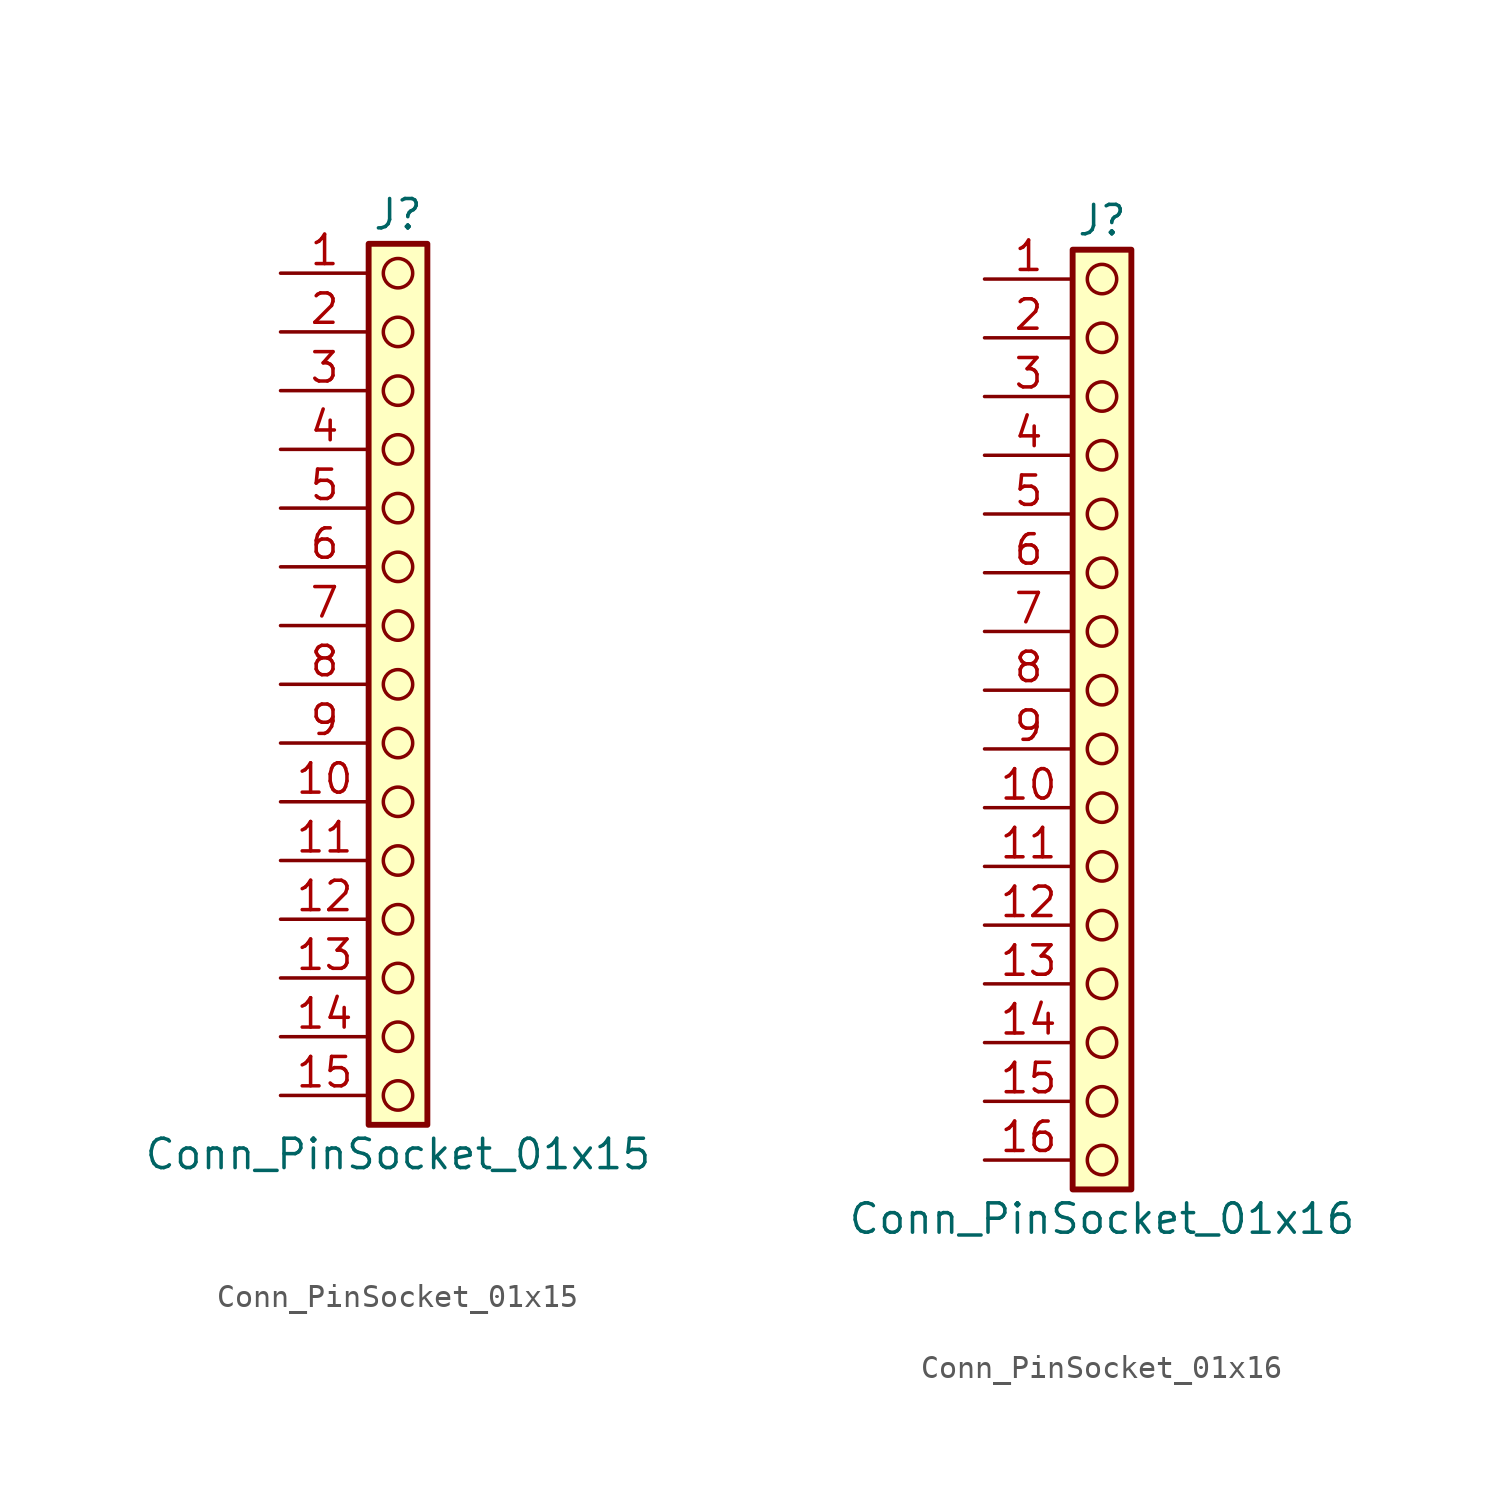
<source format=kicad_sym>
(kicad_symbol_lib
  (version 20241209)
  (generator "kicad_symbol_editor")
  (generator_version "9.0")
  (symbol "Conn_PinSocket_01x15"
    (pin_names
      (offset 1.016)
      (hide yes))
    (property "Reference" "J"
      (at 0 20.32 0)
      (effects (font (size 1.27 1.27))))
    (property "Value" "Conn_PinSocket_01x15"
      (at 0 -20.32 0)
      (effects (font (size 1.27 1.27))))
    (symbol "Conn_PinSocket_01x15_1_1"
      (rectangle (start -1.27 19.05) (end 1.27 -19.05) (stroke (width 0.254) (type default)) (fill (type background)))
      (circle (center 0 17.78) (radius 0.635) (stroke (width 0) (type solid) (color 132 0 0 1)) (fill (type none)))
      (circle (center 0 15.24) (radius 0.635) (stroke (width 0) (type solid) (color 132 0 0 1)) (fill (type none)))
      (circle (center 0 12.7) (radius 0.635) (stroke (width 0) (type solid) (color 132 0 0 1)) (fill (type none)))
      (circle (center 0 10.16) (radius 0.635) (stroke (width 0) (type solid) (color 132 0 0 1)) (fill (type none)))
      (circle (center 0 7.62) (radius 0.635) (stroke (width 0) (type solid) (color 132 0 0 1)) (fill (type none)))
      (circle (center 0 5.08) (radius 0.635) (stroke (width 0) (type solid) (color 132 0 0 1)) (fill (type none)))
      (circle (center 0 2.54) (radius 0.635) (stroke (width 0) (type solid) (color 132 0 0 1)) (fill (type none)))
      (circle (center 0 0) (radius 0.635) (stroke (width 0) (type solid) (color 132 0 0 1)) (fill (type none)))
      (circle (center 0 -2.54) (radius 0.635) (stroke (width 0) (type solid) (color 132 0 0 1)) (fill (type none)))
      (circle (center 0 -5.08) (radius 0.635) (stroke (width 0) (type solid) (color 132 0 0 1)) (fill (type none)))
      (circle (center 0 -7.62) (radius 0.635) (stroke (width 0) (type solid) (color 132 0 0 1)) (fill (type none)))
      (circle (center 0 -10.16) (radius 0.635) (stroke (width 0) (type solid) (color 132 0 0 1)) (fill (type none)))
      (circle (center 0 -12.7) (radius 0.635) (stroke (width 0) (type solid) (color 132 0 0 1)) (fill (type none)))
      (circle (center 0 -15.24) (radius 0.635) (stroke (width 0) (type solid) (color 132 0 0 1)) (fill (type none)))
      (circle (center 0 -17.78) (radius 0.635) (stroke (width 0) (type solid) (color 132 0 0 1)) (fill (type none)))
      (pin passive line (at -5.08 17.78 0) (length 3.81) (name "Pin_1" (effects (font (size 1.27 1.27)))) (number "1" (effects (font (size 1.27 1.27)))))
      (pin passive line (at -5.08 15.24 0) (length 3.81) (name "Pin_2" (effects (font (size 1.27 1.27)))) (number "2" (effects (font (size 1.27 1.27)))))
      (pin passive line (at -5.08 12.7 0) (length 3.81) (name "Pin_3" (effects (font (size 1.27 1.27)))) (number "3" (effects (font (size 1.27 1.27)))))
      (pin passive line (at -5.08 10.16 0) (length 3.81) (name "Pin_4" (effects (font (size 1.27 1.27)))) (number "4" (effects (font (size 1.27 1.27)))))
      (pin passive line (at -5.08 7.62 0) (length 3.81) (name "Pin_5" (effects (font (size 1.27 1.27)))) (number "5" (effects (font (size 1.27 1.27)))))
      (pin passive line (at -5.08 5.08 0) (length 3.81) (name "Pin_6" (effects (font (size 1.27 1.27)))) (number "6" (effects (font (size 1.27 1.27)))))
      (pin passive line (at -5.08 2.54 0) (length 3.81) (name "Pin_7" (effects (font (size 1.27 1.27)))) (number "7" (effects (font (size 1.27 1.27)))))
      (pin passive line (at -5.08 0 0) (length 3.81) (name "Pin_8" (effects (font (size 1.27 1.27)))) (number "8" (effects (font (size 1.27 1.27)))))
      (pin passive line (at -5.08 -2.54 0) (length 3.81) (name "Pin_9" (effects (font (size 1.27 1.27)))) (number "9" (effects (font (size 1.27 1.27)))))
      (pin passive line (at -5.08 -5.08 0) (length 3.81) (name "Pin_10" (effects (font (size 1.27 1.27)))) (number "10" (effects (font (size 1.27 1.27)))))
      (pin passive line (at -5.08 -7.62 0) (length 3.81) (name "Pin_11" (effects (font (size 1.27 1.27)))) (number "11" (effects (font (size 1.27 1.27)))))
      (pin passive line (at -5.08 -10.16 0) (length 3.81) (name "Pin_12" (effects (font (size 1.27 1.27)))) (number "12" (effects (font (size 1.27 1.27)))))
      (pin passive line (at -5.08 -12.7 0) (length 3.81) (name "Pin_13" (effects (font (size 1.27 1.27)))) (number "13" (effects (font (size 1.27 1.27)))))
      (pin passive line (at -5.08 -15.24 0) (length 3.81) (name "Pin_14" (effects (font (size 1.27 1.27)))) (number "14" (effects (font (size 1.27 1.27)))))
      (pin passive line (at -5.08 -17.78 0) (length 3.81) (name "Pin_15" (effects (font (size 1.27 1.27)))) (number "15" (effects (font (size 1.27 1.27)))))))
  (symbol "Conn_PinSocket_01x16"
    (pin_names
      (offset 1.016)
      (hide yes))
    (property "Reference" "J"
      (at 0 20.32 0)
      (effects (font (size 1.27 1.27))))
    (property "Value" "Conn_PinSocket_01x16"
      (at 0 -22.86 0)
      (effects (font (size 1.27 1.27))))
    (symbol "Conn_PinSocket_01x16_1_1"
      (rectangle (start -1.27 19.05) (end 1.27 -21.59) (stroke (width 0.254) (type default)) (fill (type background)))
      (circle (center 0 17.78) (radius 0.635) (stroke (width 0) (type solid) (color 132 0 0 1)) (fill (type none)))
      (circle (center 0 15.24) (radius 0.635) (stroke (width 0) (type solid) (color 132 0 0 1)) (fill (type none)))
      (circle (center 0 12.7) (radius 0.635) (stroke (width 0) (type solid) (color 132 0 0 1)) (fill (type none)))
      (circle (center 0 10.16) (radius 0.635) (stroke (width 0) (type solid) (color 132 0 0 1)) (fill (type none)))
      (circle (center 0 7.62) (radius 0.635) (stroke (width 0) (type solid) (color 132 0 0 1)) (fill (type none)))
      (circle (center 0 5.08) (radius 0.635) (stroke (width 0) (type solid) (color 132 0 0 1)) (fill (type none)))
      (circle (center 0 2.54) (radius 0.635) (stroke (width 0) (type solid) (color 132 0 0 1)) (fill (type none)))
      (circle (center 0 0) (radius 0.635) (stroke (width 0) (type solid) (color 132 0 0 1)) (fill (type none)))
      (circle (center 0 -2.54) (radius 0.635) (stroke (width 0) (type solid) (color 132 0 0 1)) (fill (type none)))
      (circle (center 0 -5.08) (radius 0.635) (stroke (width 0) (type solid) (color 132 0 0 1)) (fill (type none)))
      (circle (center 0 -7.62) (radius 0.635) (stroke (width 0) (type solid) (color 132 0 0 1)) (fill (type none)))
      (circle (center 0 -10.16) (radius 0.635) (stroke (width 0) (type solid) (color 132 0 0 1)) (fill (type none)))
      (circle (center 0 -12.7) (radius 0.635) (stroke (width 0) (type solid) (color 132 0 0 1)) (fill (type none)))
      (circle (center 0 -15.24) (radius 0.635) (stroke (width 0) (type solid) (color 132 0 0 1)) (fill (type none)))
      (circle (center 0 -17.78) (radius 0.635) (stroke (width 0) (type solid) (color 132 0 0 1)) (fill (type none)))
      (circle (center 0 -20.32) (radius 0.635) (stroke (width 0) (type solid) (color 132 0 0 1)) (fill (type none)))
      (pin passive line (at -5.08 17.78 0) (length 3.81) (name "Pin_1" (effects (font (size 1.27 1.27)))) (number "1" (effects (font (size 1.27 1.27)))))
      (pin passive line (at -5.08 15.24 0) (length 3.81) (name "Pin_2" (effects (font (size 1.27 1.27)))) (number "2" (effects (font (size 1.27 1.27)))))
      (pin passive line (at -5.08 12.7 0) (length 3.81) (name "Pin_3" (effects (font (size 1.27 1.27)))) (number "3" (effects (font (size 1.27 1.27)))))
      (pin passive line (at -5.08 10.16 0) (length 3.81) (name "Pin_4" (effects (font (size 1.27 1.27)))) (number "4" (effects (font (size 1.27 1.27)))))
      (pin passive line (at -5.08 7.62 0) (length 3.81) (name "Pin_5" (effects (font (size 1.27 1.27)))) (number "5" (effects (font (size 1.27 1.27)))))
      (pin passive line (at -5.08 5.08 0) (length 3.81) (name "Pin_6" (effects (font (size 1.27 1.27)))) (number "6" (effects (font (size 1.27 1.27)))))
      (pin passive line (at -5.08 2.54 0) (length 3.81) (name "Pin_7" (effects (font (size 1.27 1.27)))) (number "7" (effects (font (size 1.27 1.27)))))
      (pin passive line (at -5.08 0 0) (length 3.81) (name "Pin_8" (effects (font (size 1.27 1.27)))) (number "8" (effects (font (size 1.27 1.27)))))
      (pin passive line (at -5.08 -2.54 0) (length 3.81) (name "Pin_9" (effects (font (size 1.27 1.27)))) (number "9" (effects (font (size 1.27 1.27)))))
      (pin passive line (at -5.08 -5.08 0) (length 3.81) (name "Pin_10" (effects (font (size 1.27 1.27)))) (number "10" (effects (font (size 1.27 1.27)))))
      (pin passive line (at -5.08 -7.62 0) (length 3.81) (name "Pin_11" (effects (font (size 1.27 1.27)))) (number "11" (effects (font (size 1.27 1.27)))))
      (pin passive line (at -5.08 -10.16 0) (length 3.81) (name "Pin_12" (effects (font (size 1.27 1.27)))) (number "12" (effects (font (size 1.27 1.27)))))
      (pin passive line (at -5.08 -12.7 0) (length 3.81) (name "Pin_13" (effects (font (size 1.27 1.27)))) (number "13" (effects (font (size 1.27 1.27)))))
      (pin passive line (at -5.08 -15.24 0) (length 3.81) (name "Pin_14" (effects (font (size 1.27 1.27)))) (number "14" (effects (font (size 1.27 1.27)))))
      (pin passive line (at -5.08 -17.78 0) (length 3.81) (name "Pin_15" (effects (font (size 1.27 1.27)))) (number "15" (effects (font (size 1.27 1.27)))))
      (pin passive line (at -5.08 -20.32 0) (length 3.81) (name "Pin_16" (effects (font (size 1.27 1.27)))) (number "16" (effects (font (size 1.27 1.27))))))))
</source>
